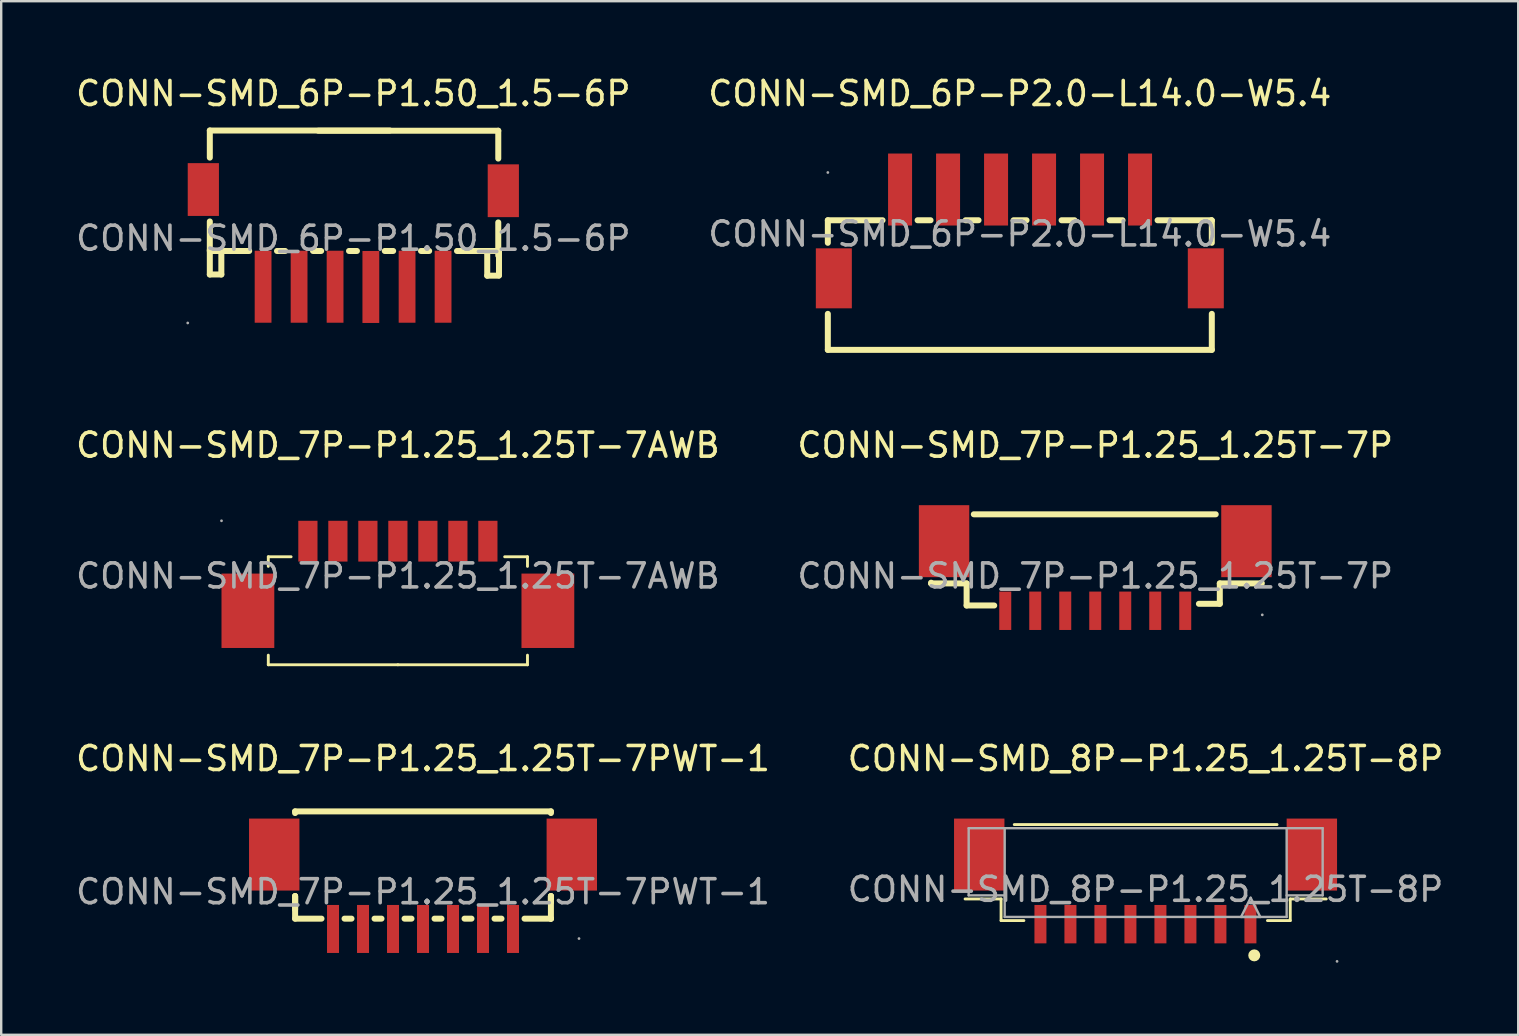
<source format=kicad_pcb>
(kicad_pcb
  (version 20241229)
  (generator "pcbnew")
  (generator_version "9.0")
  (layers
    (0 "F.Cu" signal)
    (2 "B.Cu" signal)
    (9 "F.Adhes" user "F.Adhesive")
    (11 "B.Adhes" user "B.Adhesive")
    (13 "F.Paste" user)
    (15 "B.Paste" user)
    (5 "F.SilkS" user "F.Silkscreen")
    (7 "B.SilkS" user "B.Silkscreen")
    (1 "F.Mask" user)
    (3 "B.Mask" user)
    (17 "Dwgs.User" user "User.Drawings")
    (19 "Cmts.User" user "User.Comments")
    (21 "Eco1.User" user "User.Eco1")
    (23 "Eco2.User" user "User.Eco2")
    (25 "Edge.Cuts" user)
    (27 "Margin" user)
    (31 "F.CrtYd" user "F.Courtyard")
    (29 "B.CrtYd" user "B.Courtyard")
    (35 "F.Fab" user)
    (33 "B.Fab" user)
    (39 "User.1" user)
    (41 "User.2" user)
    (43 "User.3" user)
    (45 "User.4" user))
  (footprint "CONN-SMD_8P-P1.25_1.25T-8P"
    (layer "F.Cu")
    (at 44.685 34.01)
    (property "Reference" "CONN-SMD_8P-P1.25_1.25T-8P" (at 0 -5.45 0) (layer "F.SilkS") (effects (font (size 1 1) (thickness 0.15))))
    (attr through_hole)
    (fp_line (start -6.02 0.4) (end -7.52 0.4) (stroke (width 0.12) (type solid)) (layer "F.SilkS"))
    (fp_line (start -6.02 1.3) (end -6.02 0.4) (stroke (width 0.12) (type solid)) (layer "F.SilkS"))
    (fp_line (start -5.07 1.3) (end -6.02 1.3) (stroke (width 0.12) (type solid)) (layer "F.SilkS"))
    (fp_line (start 5.08 1.3) (end 6.03 1.3) (stroke (width 0.12) (type solid)) (layer "F.SilkS"))
    (fp_line (start 5.48 -2.7) (end -5.47 -2.7) (stroke (width 0.12) (type solid)) (layer "F.SilkS"))
    (fp_line (start 6.03 0.4) (end 7.53 0.4) (stroke (width 0.12) (type solid)) (layer "F.SilkS"))
    (fp_line (start 6.03 1.3) (end 6.03 0.4) (stroke (width 0.12) (type solid)) (layer "F.SilkS"))
    (fp_arc (start 4.53 2.75) (mid 4.53 2.75) (end 4.53 2.75) (stroke (width 0.25) (type solid)) (layer "F.SilkS"))
    (fp_line (start -7.37 -2.55) (end -7.37 0.25) (stroke (width 0.1) (type solid)) (layer "F.Fab"))
    (fp_line (start -7.37 0.25) (end -5.87 0.25) (stroke (width 0.1) (type solid)) (layer "F.Fab"))
    (fp_line (start -5.87 -2.55) (end -7.37 -2.55) (stroke (width 0.1) (type solid)) (layer "F.Fab"))
    (fp_line (start -5.87 -2.55) (end -5.87 1.15) (stroke (width 0.1) (type solid)) (layer "F.Fab"))
    (fp_line (start -5.87 1.15) (end 5.88 1.15) (stroke (width 0.1) (type solid)) (layer "F.Fab"))
    (fp_line (start 3.98 1.15) (end 4.78 1.15) (stroke (width 0.1) (type solid)) (layer "F.Fab"))
    (fp_line (start 4.38 0.35) (end 3.98 1.15) (stroke (width 0.1) (type solid)) (layer "F.Fab"))
    (fp_line (start 4.78 1.15) (end 4.38 0.35) (stroke (width 0.1) (type solid)) (layer "F.Fab"))
    (fp_line (start 5.88 -2.55) (end -5.87 -2.55) (stroke (width 0.1) (type solid)) (layer "F.Fab"))
    (fp_line (start 5.88 -2.55) (end 7.38 -2.55) (stroke (width 0.1) (type solid)) (layer "F.Fab"))
    (fp_line (start 5.88 1.15) (end 5.88 -2.55) (stroke (width 0.1) (type solid)) (layer "F.Fab"))
    (fp_line (start 7.38 -2.55) (end 7.38 0.25) (stroke (width 0.1) (type solid)) (layer "F.Fab"))
    (fp_line (start 7.38 0.25) (end 5.88 0.25) (stroke (width 0.1) (type solid)) (layer "F.Fab"))
    (fp_circle (center 7.98 3) (end 8.01 3) (stroke (width 0.06) (type solid)) (fill no) (layer "F.Fab"))
    (fp_text user "${REFERENCE}" (at 0 0 0) (layer "F.Fab") (effects (font (size 1 1) (thickness 0.15))))
    (pad "1" smd rect (at 4.37 1.45 180) (size 0.5 1.6) (layers "F.Cu" "F.Mask" "F.Paste"))
    (pad "2" smd rect (at 3.12 1.45 180) (size 0.5 1.6) (layers "F.Cu" "F.Mask" "F.Paste"))
    (pad "3" smd rect (at 1.87 1.45 180) (size 0.5 1.6) (layers "F.Cu" "F.Mask" "F.Paste"))
    (pad "4" smd rect (at 0.62 1.45 180) (size 0.5 1.6) (layers "F.Cu" "F.Mask" "F.Paste"))
    (pad "5" smd rect (at -0.63 1.45 180) (size 0.5 1.6) (layers "F.Cu" "F.Mask" "F.Paste"))
    (pad "6" smd rect (at -1.88 1.45 180) (size 0.5 1.6) (layers "F.Cu" "F.Mask" "F.Paste"))
    (pad "7" smd rect (at -3.13 1.45 180) (size 0.5 1.6) (layers "F.Cu" "F.Mask" "F.Paste"))
    (pad "8" smd rect (at -4.38 1.45 180) (size 0.5 1.6) (layers "F.Cu" "F.Mask" "F.Paste"))
    (pad "9" smd rect (at -6.93 -1.45 180) (size 2.1 3) (layers "F.Cu" "F.Mask" "F.Paste"))
    (pad "10" smd rect (at 6.93 -1.45 180) (size 2.1 3) (layers "F.Cu" "F.Mask" "F.Paste")))
  (footprint "CONN-SMD_7P-P1.25_1.25T-7P"
    (layer "F.Cu")
    (at 42.589 20.951)
    (property "Reference" "CONN-SMD_7P-P1.25_1.25T-7P" (at 0 -5.45 0) (layer "F.SilkS") (effects (font (size 1 1) (thickness 0.15))))
    (attr through_hole)
    (fp_line (start -6.84 0.28) (end -6.84 0.31) (stroke (width 0.25) (type solid)) (layer "F.SilkS"))
    (fp_line (start -6.84 0.31) (end -5.36 0.31) (stroke (width 0.25) (type solid)) (layer "F.SilkS"))
    (fp_line (start -5.36 0.31) (end -5.36 1.23) (stroke (width 0.25) (type solid)) (layer "F.SilkS"))
    (fp_line (start -5.36 1.23) (end -4.21 1.23) (stroke (width 0.25) (type solid)) (layer "F.SilkS"))
    (fp_line (start -5.06 -2.57) (end 5.02 -2.57) (stroke (width 0.25) (type solid)) (layer "F.SilkS"))
    (fp_line (start 5.19 0.31) (end 5.19 1.16) (stroke (width 0.25) (type solid)) (layer "F.SilkS"))
    (fp_line (start 5.19 1.16) (end 4.32 1.16) (stroke (width 0.25) (type solid)) (layer "F.SilkS"))
    (fp_line (start 6.93 0.28) (end 6.93 0.31) (stroke (width 0.25) (type solid)) (layer "F.SilkS"))
    (fp_line (start 6.93 0.31) (end 5.19 0.31) (stroke (width 0.25) (type solid)) (layer "F.SilkS"))
    (fp_circle (center 6.96 1.62) (end 6.99 1.62) (stroke (width 0.06) (type solid)) (fill no) (layer "F.Fab"))
    (fp_text user "${REFERENCE}" (at 0 0 0) (layer "F.Fab") (effects (font (size 1 1) (thickness 0.15))))
    (pad "1" smd rect (at 3.75 1.45 180) (size 0.5 1.6) (layers "F.Cu" "F.Mask" "F.Paste"))
    (pad "2" smd rect (at 2.5 1.45 180) (size 0.5 1.6) (layers "F.Cu" "F.Mask" "F.Paste"))
    (pad "3" smd rect (at 1.25 1.45 180) (size 0.5 1.6) (layers "F.Cu" "F.Mask" "F.Paste"))
    (pad "4" smd rect (at 0 1.45 180) (size 0.5 1.6) (layers "F.Cu" "F.Mask" "F.Paste"))
    (pad "5" smd rect (at -1.25 1.45 180) (size 0.5 1.6) (layers "F.Cu" "F.Mask" "F.Paste"))
    (pad "6" smd rect (at -2.5 1.45 180) (size 0.5 1.6) (layers "F.Cu" "F.Mask" "F.Paste"))
    (pad "7" smd rect (at -3.75 1.45 180) (size 0.5 1.6) (layers "F.Cu" "F.Mask" "F.Paste"))
    (pad "8" smd rect (at -6.3 -1.45 180) (size 2.1 3) (layers "F.Cu" "F.Mask" "F.Paste"))
    (pad "9" smd rect (at 6.3 -1.45 180) (size 2.1 3) (layers "F.Cu" "F.Mask" "F.Paste")))
  (footprint "CONN-SMD_6P-P1.50_1.5-6P"
    (layer "F.Cu")
    (at 11.673 6.878)
    (property "Reference" "CONN-SMD_6P-P1.50_1.5-6P" (at 0 -6.03 0) (layer "F.SilkS") (effects (font (size 1 1) (thickness 0.15))))
    (attr through_hole)
    (fp_line (start -5.98 -4.49) (end -5.98 -3.36) (stroke (width 0.25) (type solid)) (layer "F.SilkS"))
    (fp_line (start -5.98 -4.49) (end 1.52 -4.49) (stroke (width 0.25) (type solid)) (layer "F.SilkS"))
    (fp_line (start -5.98 -0.7) (end -5.98 0.49) (stroke (width 0.25) (type solid)) (layer "F.SilkS"))
    (fp_line (start -5.98 0.49) (end -5.98 1.51) (stroke (width 0.25) (type solid)) (layer "F.SilkS"))
    (fp_line (start -5.98 1.51) (end -5.5 1.51) (stroke (width 0.25) (type solid)) (layer "F.SilkS"))
    (fp_line (start -5.5 0.55) (end -5.5 0.52) (stroke (width 0.25) (type solid)) (layer "F.SilkS"))
    (fp_line (start -5.5 1.51) (end -5.5 0.55) (stroke (width 0.25) (type solid)) (layer "F.SilkS"))
    (fp_line (start -4.34 0.53) (end -5.98 0.53) (stroke (width 0.25) (type solid)) (layer "F.SilkS"))
    (fp_line (start -2.84 0.53) (end -3.18 0.53) (stroke (width 0.25) (type solid)) (layer "F.SilkS"))
    (fp_line (start -1.46 -4.48) (end 6.04 -4.48) (stroke (width 0.25) (type solid)) (layer "F.SilkS"))
    (fp_line (start -1.34 0.53) (end -1.68 0.53) (stroke (width 0.25) (type solid)) (layer "F.SilkS"))
    (fp_line (start 0.15 0.53) (end -0.18 0.53) (stroke (width 0.25) (type solid)) (layer "F.SilkS"))
    (fp_line (start 1.66 0.53) (end 1.31 0.53) (stroke (width 0.25) (type solid)) (layer "F.SilkS"))
    (fp_line (start 3.16 0.53) (end 2.82 0.53) (stroke (width 0.25) (type solid)) (layer "F.SilkS"))
    (fp_line (start 5.58 0.6) (end 5.58 0.57) (stroke (width 0.25) (type solid)) (layer "F.SilkS"))
    (fp_line (start 5.58 1.56) (end 5.58 0.6) (stroke (width 0.25) (type solid)) (layer "F.SilkS"))
    (fp_line (start 6.04 -4.48) (end 6.04 -3.32) (stroke (width 0.25) (type solid)) (layer "F.SilkS"))
    (fp_line (start 6.04 -0.66) (end 6.04 0.72) (stroke (width 0.25) (type solid)) (layer "F.SilkS"))
    (fp_line (start 6.06 1.56) (end 5.58 1.56) (stroke (width 0.25) (type solid)) (layer "F.SilkS"))
    (fp_line (start 6.07 0.53) (end 4.32 0.53) (stroke (width 0.25) (type solid)) (layer "F.SilkS"))
    (fp_line (start 6.07 0.53) (end 6.07 1.55) (stroke (width 0.25) (type solid)) (layer "F.SilkS"))
    (fp_circle (center -6.9 3.53) (end -6.87 3.53) (stroke (width 0.06) (type solid)) (fill no) (layer "F.Fab"))
    (fp_text user "${REFERENCE}" (at 0 0 0) (layer "F.Fab") (effects (font (size 1 1) (thickness 0.15))))
    (pad "1" smd rect (at -3.76 2.02 90) (size 3 0.7) (layers "F.Cu" "F.Mask" "F.Paste"))
    (pad "2" smd rect (at -2.26 2.02 90) (size 3 0.7) (layers "F.Cu" "F.Mask" "F.Paste"))
    (pad "3" smd rect (at -0.76 2.02 90) (size 3 0.7) (layers "F.Cu" "F.Mask" "F.Paste"))
    (pad "4" smd rect (at 0.73 2.03 90) (size 3 0.7) (layers "F.Cu" "F.Mask" "F.Paste"))
    (pad "5" smd rect (at 2.24 2.02 90) (size 3 0.7) (layers "F.Cu" "F.Mask" "F.Paste"))
    (pad "6" smd rect (at 3.74 2.02 90) (size 3 0.7) (layers "F.Cu" "F.Mask" "F.Paste"))
    (pad "7" smd rect (at 6.25 -1.98 90) (size 2.2 1.3) (layers "F.Cu" "F.Mask" "F.Paste"))
    (pad "8" smd rect (at -6.25 -2.03 90) (size 2.2 1.3) (layers "F.Cu" "F.Mask" "F.Paste")))
  (footprint "CONN-SMD_6P-P2.0-L14.0-W5.4"
    (layer "F.Cu")
    (at 39.446 6.698)
    (property "Reference" "CONN-SMD_6P-P2.0-L14.0-W5.4" (at 0 -5.85 0) (layer "F.SilkS") (effects (font (size 1 1) (thickness 0.15))))
    (attr through_hole)
    (fp_line (start -8 -0.57) (end -8 0.37) (stroke (width 0.25) (type solid)) (layer "F.SilkS"))
    (fp_line (start -8 3.33) (end -8 4.83) (stroke (width 0.25) (type solid)) (layer "F.SilkS"))
    (fp_line (start -8 4.83) (end 8 4.83) (stroke (width 0.25) (type solid)) (layer "F.SilkS"))
    (fp_line (start -5.72 -0.57) (end -8 -0.57) (stroke (width 0.25) (type solid)) (layer "F.SilkS"))
    (fp_line (start -3.72 -0.57) (end -4.26 -0.57) (stroke (width 0.25) (type solid)) (layer "F.SilkS"))
    (fp_line (start -1.72 -0.57) (end -2.26 -0.57) (stroke (width 0.25) (type solid)) (layer "F.SilkS"))
    (fp_line (start 0.28 -0.57) (end -0.26 -0.57) (stroke (width 0.25) (type solid)) (layer "F.SilkS"))
    (fp_line (start 2.28 -0.57) (end 1.74 -0.57) (stroke (width 0.25) (type solid)) (layer "F.SilkS"))
    (fp_line (start 4.28 -0.57) (end 3.74 -0.57) (stroke (width 0.25) (type solid)) (layer "F.SilkS"))
    (fp_line (start 7.99 -0.57) (end 5.74 -0.57) (stroke (width 0.25) (type solid)) (layer "F.SilkS"))
    (fp_line (start 8 -0.56) (end 7.99 -0.57) (stroke (width 0.25) (type solid)) (layer "F.SilkS"))
    (fp_line (start 8 0.37) (end 8 -0.56) (stroke (width 0.25) (type solid)) (layer "F.SilkS"))
    (fp_line (start 8 4.83) (end 8 3.33) (stroke (width 0.25) (type solid)) (layer "F.SilkS"))
    (fp_circle (center -8 -2.56) (end -7.97 -2.56) (stroke (width 0.06) (type solid)) (fill no) (layer "F.Fab"))
    (fp_text user "${REFERENCE}" (at 0 0 0) (layer "F.Fab") (effects (font (size 1 1) (thickness 0.15))))
    (pad "1" smd rect (at -4.99 -1.85) (size 1 3) (layers "F.Cu" "F.Mask" "F.Paste"))
    (pad "2" smd rect (at -2.99 -1.85) (size 1 3) (layers "F.Cu" "F.Mask" "F.Paste"))
    (pad "3" smd rect (at -0.99 -1.85) (size 1 3) (layers "F.Cu" "F.Mask" "F.Paste"))
    (pad "4" smd rect (at 1.01 -1.85) (size 1 3) (layers "F.Cu" "F.Mask" "F.Paste"))
    (pad "5" smd rect (at 3.01 -1.85) (size 1 3) (layers "F.Cu" "F.Mask" "F.Paste"))
    (pad "6" smd rect (at 5.01 -1.85) (size 1 3) (layers "F.Cu" "F.Mask" "F.Paste"))
    (pad "7" smd rect (at -7.75 1.85) (size 1.5 2.5) (layers "F.Cu" "F.Mask" "F.Paste"))
    (pad "8" smd rect (at 7.75 1.85) (size 1.5 2.5) (layers "F.Cu" "F.Mask" "F.Paste")))
  (footprint "CONN-SMD_7P-P1.25_1.25T-7AWB"
    (layer "F.Cu")
    (at 13.53 20.951)
    (property "Reference" "CONN-SMD_7P-P1.25_1.25T-7AWB" (at 0 -5.45 0) (layer "F.SilkS") (effects (font (size 1 1) (thickness 0.15))))
    (attr through_hole)
    (fp_line (start -5.4 -0.8) (end -5.4 -0.4) (stroke (width 0.12) (type solid)) (layer "F.SilkS"))
    (fp_line (start -5.4 3.7) (end -5.4 3.3) (stroke (width 0.12) (type solid)) (layer "F.SilkS"))
    (fp_line (start -4.45 -0.8) (end -5.4 -0.8) (stroke (width 0.12) (type solid)) (layer "F.SilkS"))
    (fp_line (start 0 3.7) (end -5.4 3.7) (stroke (width 0.12) (type solid)) (layer "F.SilkS"))
    (fp_line (start 4.45 -0.8) (end 5.4 -0.8) (stroke (width 0.12) (type solid)) (layer "F.SilkS"))
    (fp_line (start 5.4 -0.8) (end 5.4 -0.4) (stroke (width 0.12) (type solid)) (layer "F.SilkS"))
    (fp_line (start 5.4 3.3) (end 5.4 3.7) (stroke (width 0.12) (type solid)) (layer "F.SilkS"))
    (fp_line (start 5.4 3.7) (end 0 3.7) (stroke (width 0.12) (type solid)) (layer "F.SilkS"))
    (fp_circle (center -7.35 -2.3) (end -7.32 -2.3) (stroke (width 0.06) (type solid)) (fill no) (layer "F.Fab"))
    (fp_text user "${REFERENCE}" (at 0 0 0) (layer "F.Fab") (effects (font (size 1 1) (thickness 0.15))))
    (pad "1" smd rect (at -3.75 -1.45) (size 0.8 1.7) (layers "F.Cu" "F.Mask" "F.Paste"))
    (pad "2" smd rect (at -2.5 -1.45) (size 0.8 1.7) (layers "F.Cu" "F.Mask" "F.Paste"))
    (pad "3" smd rect (at -1.25 -1.45) (size 0.8 1.7) (layers "F.Cu" "F.Mask" "F.Paste"))
    (pad "4" smd rect (at 0 -1.45) (size 0.8 1.7) (layers "F.Cu" "F.Mask" "F.Paste"))
    (pad "5" smd rect (at 1.25 -1.45) (size 0.8 1.7) (layers "F.Cu" "F.Mask" "F.Paste"))
    (pad "6" smd rect (at 2.5 -1.45) (size 0.8 1.7) (layers "F.Cu" "F.Mask" "F.Paste"))
    (pad "7" smd rect (at 3.75 -1.45) (size 0.8 1.7) (layers "F.Cu" "F.Mask" "F.Paste"))
    (pad "8" smd rect (at 6.25 1.45) (size 2.2 3.1) (layers "F.Cu" "F.Mask" "F.Paste"))
    (pad "9" smd rect (at -6.25 1.45) (size 2.2 3.1) (layers "F.Cu" "F.Mask" "F.Paste")))
  (footprint "CONN-SMD_7P-P1.25_1.25T-7PWT-1"
    (layer "F.Cu")
    (at 14.577 34.11)
    (property "Reference" "CONN-SMD_7P-P1.25_1.25T-7PWT-1" (at 0 -5.55 0) (layer "F.SilkS") (effects (font (size 1 1) (thickness 0.15))))
    (attr through_hole)
    (fp_line (start -5.33 -3.35) (end -5.33 -3.28) (stroke (width 0.25) (type solid)) (layer "F.SilkS"))
    (fp_line (start -5.33 -3.35) (end 5.33 -3.35) (stroke (width 0.25) (type solid)) (layer "F.SilkS"))
    (fp_line (start -5.33 0.18) (end -5.33 0.62) (stroke (width 0.25) (type solid)) (layer "F.SilkS"))
    (fp_line (start -5.33 0.18) (end -5.33 0.74) (stroke (width 0.25) (type solid)) (layer "F.SilkS"))
    (fp_line (start -5.33 1.12) (end -5.33 0.18) (stroke (width 0.25) (type solid)) (layer "F.SilkS"))
    (fp_line (start -4.23 1.12) (end -5.33 1.12) (stroke (width 0.25) (type solid)) (layer "F.SilkS"))
    (fp_line (start -2.98 1.12) (end -3.27 1.12) (stroke (width 0.25) (type solid)) (layer "F.SilkS"))
    (fp_line (start -1.73 1.12) (end -2.02 1.12) (stroke (width 0.25) (type solid)) (layer "F.SilkS"))
    (fp_line (start -0.48 1.12) (end -0.77 1.12) (stroke (width 0.25) (type solid)) (layer "F.SilkS"))
    (fp_line (start 0.77 1.12) (end 0.48 1.12) (stroke (width 0.25) (type solid)) (layer "F.SilkS"))
    (fp_line (start 2.02 1.12) (end 1.73 1.12) (stroke (width 0.25) (type solid)) (layer "F.SilkS"))
    (fp_line (start 3.27 1.12) (end 2.98 1.12) (stroke (width 0.25) (type solid)) (layer "F.SilkS"))
    (fp_line (start 5.33 -3.35) (end 5.33 -3.28) (stroke (width 0.25) (type solid)) (layer "F.SilkS"))
    (fp_line (start 5.33 0.18) (end 5.33 0.4) (stroke (width 0.25) (type solid)) (layer "F.SilkS"))
    (fp_line (start 5.33 0.18) (end 5.33 0.43) (stroke (width 0.25) (type solid)) (layer "F.SilkS"))
    (fp_line (start 5.33 0.18) (end 5.33 1.12) (stroke (width 0.25) (type solid)) (layer "F.SilkS"))
    (fp_line (start 5.33 1.12) (end 4.23 1.12) (stroke (width 0.25) (type solid)) (layer "F.SilkS"))
    (fp_line (start 5.33 1.12) (end 5.33 1.12) (stroke (width 0.25) (type solid)) (layer "F.SilkS"))
    (fp_line (start 5.33 1.12) (end 5.33 1.12) (stroke (width 0.25) (type solid)) (layer "F.SilkS"))
    (fp_circle (center 6.5 1.95) (end 6.53 1.95) (stroke (width 0.06) (type solid)) (fill no) (layer "F.Fab"))
    (fp_text user "${REFERENCE}" (at 0 0 0) (layer "F.Fab") (effects (font (size 1 1) (thickness 0.15))))
    (pad "1" smd rect (at 3.75 1.55) (size 0.5 2) (layers "F.Cu" "F.Mask" "F.Paste"))
    (pad "2" smd rect (at 2.5 1.55) (size 0.5 2) (layers "F.Cu" "F.Mask" "F.Paste"))
    (pad "3" smd rect (at 1.25 1.55) (size 0.5 2) (layers "F.Cu" "F.Mask" "F.Paste"))
    (pad "4" smd rect (at 0 1.55) (size 0.5 2) (layers "F.Cu" "F.Mask" "F.Paste"))
    (pad "5" smd rect (at -1.25 1.55) (size 0.5 2) (layers "F.Cu" "F.Mask" "F.Paste"))
    (pad "6" smd rect (at -2.5 1.55) (size 0.5 2) (layers "F.Cu" "F.Mask" "F.Paste"))
    (pad "7" smd rect (at -3.75 1.55) (size 0.5 2) (layers "F.Cu" "F.Mask" "F.Paste"))
    (pad "8" smd rect (at -6.2 -1.55) (size 2.1 3) (layers "F.Cu" "F.Mask" "F.Paste"))
    (pad "9" smd rect (at 6.2 -1.55) (size 2.1 3) (layers "F.Cu" "F.Mask" "F.Paste")))
  (gr_rect
    (start -3 -3)
    (end 60.214 40.07)
    (stroke (width 0.1) (type default))
    (fill no)
    (layer "Edge.Cuts")))
</source>
